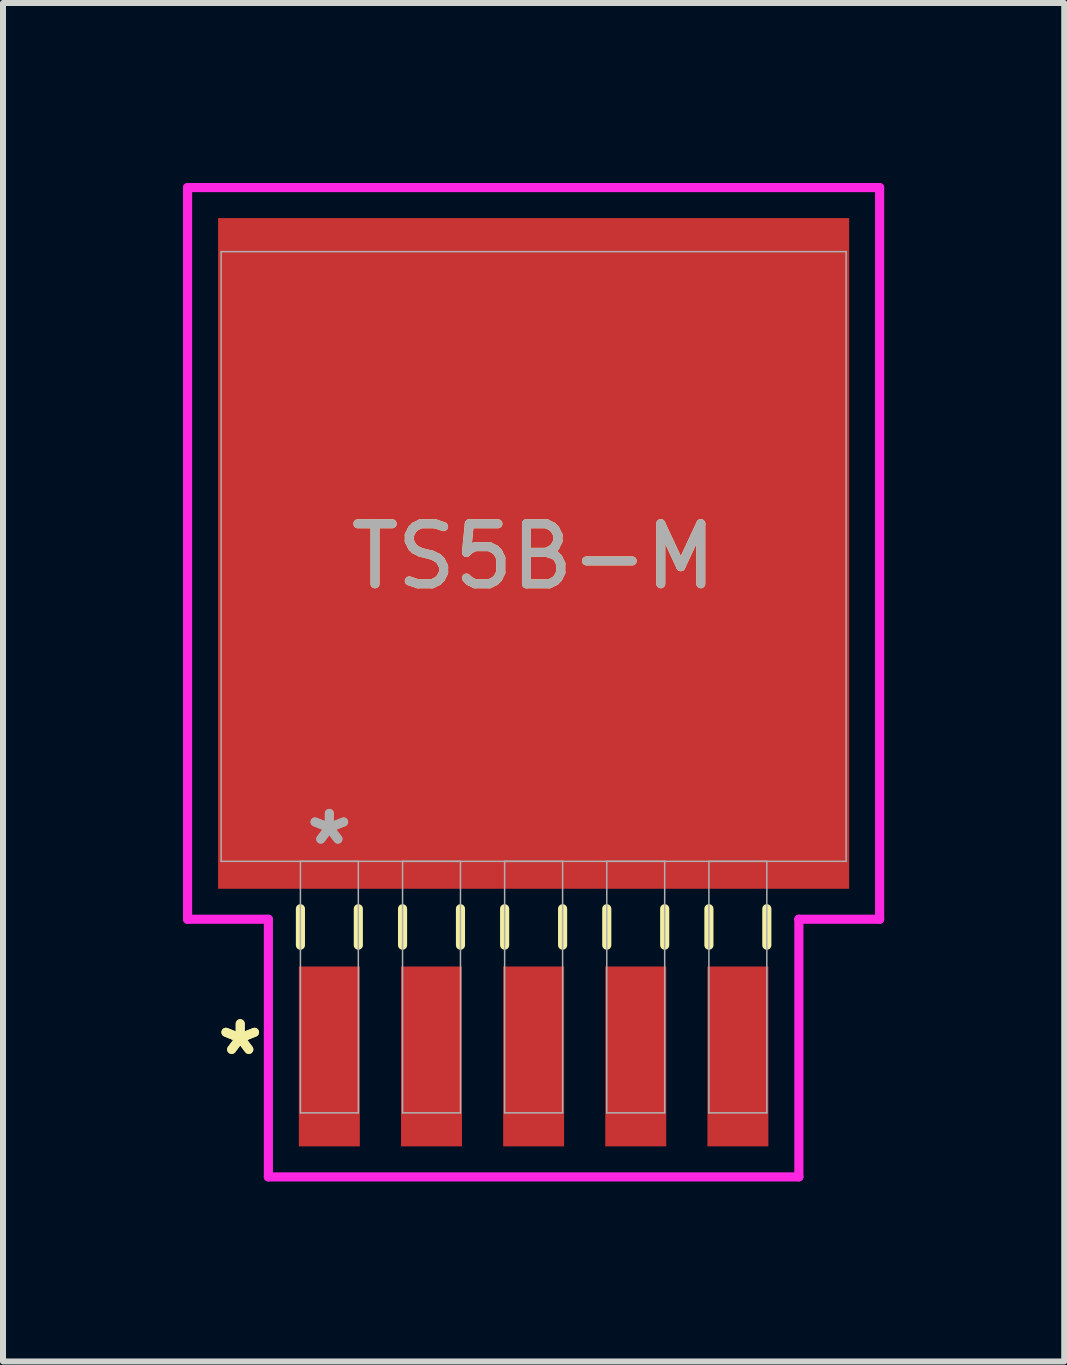
<source format=kicad_pcb>
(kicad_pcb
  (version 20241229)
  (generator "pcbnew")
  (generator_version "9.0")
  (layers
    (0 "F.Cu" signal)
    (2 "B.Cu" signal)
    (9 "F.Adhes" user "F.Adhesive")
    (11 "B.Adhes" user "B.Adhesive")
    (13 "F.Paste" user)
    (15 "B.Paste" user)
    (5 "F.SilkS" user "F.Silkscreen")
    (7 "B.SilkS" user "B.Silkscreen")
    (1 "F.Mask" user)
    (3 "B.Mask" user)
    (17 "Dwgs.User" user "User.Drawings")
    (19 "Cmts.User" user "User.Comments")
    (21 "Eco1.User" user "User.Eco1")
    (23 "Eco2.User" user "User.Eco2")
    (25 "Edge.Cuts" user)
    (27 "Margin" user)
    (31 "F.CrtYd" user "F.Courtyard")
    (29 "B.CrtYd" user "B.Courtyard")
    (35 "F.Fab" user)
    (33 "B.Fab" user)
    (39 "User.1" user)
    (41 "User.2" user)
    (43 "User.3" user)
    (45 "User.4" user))
  (footprint "TS5B-M"
    (layer "F.Cu")
    (at 5.842 6.223)
    (property "Reference" "TS5B-M" (at 0 0 0) (unlocked yes) (layer "F.SilkS") (effects (font (size 1 1) (thickness 0.15))))
    (attr smd)
    (fp_line (start -3.886 5.87) (end -3.886 6.477) (stroke (width 0.152) (type solid)) (layer "F.SilkS"))
    (fp_line (start -2.921 5.87) (end -2.921 6.477) (stroke (width 0.152) (type solid)) (layer "F.SilkS"))
    (fp_line (start -2.184 5.87) (end -2.184 6.477) (stroke (width 0.152) (type solid)) (layer "F.SilkS"))
    (fp_line (start -1.219 5.87) (end -1.219 6.477) (stroke (width 0.152) (type solid)) (layer "F.SilkS"))
    (fp_line (start -0.483 5.87) (end -0.483 6.477) (stroke (width 0.152) (type solid)) (layer "F.SilkS"))
    (fp_line (start 0.483 5.87) (end 0.483 6.477) (stroke (width 0.152) (type solid)) (layer "F.SilkS"))
    (fp_line (start 1.219 5.87) (end 1.219 6.477) (stroke (width 0.152) (type solid)) (layer "F.SilkS"))
    (fp_line (start 2.184 5.87) (end 2.184 6.477) (stroke (width 0.152) (type solid)) (layer "F.SilkS"))
    (fp_line (start 2.921 5.87) (end 2.921 6.477) (stroke (width 0.152) (type solid)) (layer "F.SilkS"))
    (fp_line (start 3.886 5.87) (end 3.886 6.477) (stroke (width 0.152) (type solid)) (layer "F.SilkS"))
    (fp_line (start -5.766 -6.147) (end 5.766 -6.147) (stroke (width 0.152) (type solid)) (layer "F.CrtYd"))
    (fp_line (start -5.766 6.045) (end -5.766 -6.147) (stroke (width 0.152) (type solid)) (layer "F.CrtYd"))
    (fp_line (start -4.42 6.045) (end -5.766 6.045) (stroke (width 0.152) (type solid)) (layer "F.CrtYd"))
    (fp_line (start -4.42 10.338) (end -4.42 6.045) (stroke (width 0.152) (type solid)) (layer "F.CrtYd"))
    (fp_line (start 4.42 6.045) (end 4.42 10.338) (stroke (width 0.152) (type solid)) (layer "F.CrtYd"))
    (fp_line (start 4.42 10.338) (end -4.42 10.338) (stroke (width 0.152) (type solid)) (layer "F.CrtYd"))
    (fp_line (start 5.766 -6.147) (end 5.766 6.045) (stroke (width 0.152) (type solid)) (layer "F.CrtYd"))
    (fp_line (start 5.766 6.045) (end 4.42 6.045) (stroke (width 0.152) (type solid)) (layer "F.CrtYd"))
    (fp_line (start -5.207 -5.08) (end -5.207 5.08) (stroke (width 0.025) (type solid)) (layer "F.Fab"))
    (fp_line (start -5.207 5.08) (end 5.207 5.08) (stroke (width 0.025) (type solid)) (layer "F.Fab"))
    (fp_line (start -3.886 5.08) (end -3.886 9.271) (stroke (width 0.025) (type solid)) (layer "F.Fab"))
    (fp_line (start -3.886 9.271) (end -2.921 9.271) (stroke (width 0.025) (type solid)) (layer "F.Fab"))
    (fp_line (start -2.921 5.08) (end -3.886 5.08) (stroke (width 0.025) (type solid)) (layer "F.Fab"))
    (fp_line (start -2.921 9.271) (end -2.921 5.08) (stroke (width 0.025) (type solid)) (layer "F.Fab"))
    (fp_line (start -2.184 5.08) (end -2.184 9.271) (stroke (width 0.025) (type solid)) (layer "F.Fab"))
    (fp_line (start -2.184 9.271) (end -1.219 9.271) (stroke (width 0.025) (type solid)) (layer "F.Fab"))
    (fp_line (start -1.219 5.08) (end -2.184 5.08) (stroke (width 0.025) (type solid)) (layer "F.Fab"))
    (fp_line (start -1.219 9.271) (end -1.219 5.08) (stroke (width 0.025) (type solid)) (layer "F.Fab"))
    (fp_line (start -0.483 5.08) (end -0.483 9.271) (stroke (width 0.025) (type solid)) (layer "F.Fab"))
    (fp_line (start -0.483 9.271) (end 0.483 9.271) (stroke (width 0.025) (type solid)) (layer "F.Fab"))
    (fp_line (start 0.483 5.08) (end -0.483 5.08) (stroke (width 0.025) (type solid)) (layer "F.Fab"))
    (fp_line (start 0.483 9.271) (end 0.483 5.08) (stroke (width 0.025) (type solid)) (layer "F.Fab"))
    (fp_line (start 1.219 5.08) (end 1.219 9.271) (stroke (width 0.025) (type solid)) (layer "F.Fab"))
    (fp_line (start 1.219 9.271) (end 2.184 9.271) (stroke (width 0.025) (type solid)) (layer "F.Fab"))
    (fp_line (start 2.184 5.08) (end 1.219 5.08) (stroke (width 0.025) (type solid)) (layer "F.Fab"))
    (fp_line (start 2.184 9.271) (end 2.184 5.08) (stroke (width 0.025) (type solid)) (layer "F.Fab"))
    (fp_line (start 2.921 5.08) (end 2.921 9.271) (stroke (width 0.025) (type solid)) (layer "F.Fab"))
    (fp_line (start 2.921 9.271) (end 3.886 9.271) (stroke (width 0.025) (type solid)) (layer "F.Fab"))
    (fp_line (start 3.886 5.08) (end 2.921 5.08) (stroke (width 0.025) (type solid)) (layer "F.Fab"))
    (fp_line (start 3.886 9.271) (end 3.886 5.08) (stroke (width 0.025) (type solid)) (layer "F.Fab"))
    (fp_line (start 5.207 -5.08) (end -5.207 -5.08) (stroke (width 0.025) (type solid)) (layer "F.Fab"))
    (fp_line (start 5.207 5.08) (end 5.207 -5.08) (stroke (width 0.025) (type solid)) (layer "F.Fab"))
    (fp_text user "*" (at -4.889 8.331 0) (layer "F.SilkS") (effects (font (size 1 1) (thickness 0.15))))
    (fp_text user "*" (at -4.889 8.331 0) (unlocked yes) (layer "F.SilkS") (effects (font (size 1 1) (thickness 0.15))))
    (fp_text user "*" (at -3.404 4.826 0) (layer "F.Fab") (effects (font (size 1 1) (thickness 0.15))))
    (fp_text user "*" (at -3.404 4.826 0) (unlocked yes) (layer "F.Fab") (effects (font (size 1 1) (thickness 0.15))))
    (fp_text user "${REFERENCE}" (at 0 0 0) (unlocked yes) (layer "F.Fab") (effects (font (size 1 1) (thickness 0.15))))
    (pad "1" smd rect (at -3.404 8.331) (size 1.016 2.997) (layers "F.Cu" "F.Mask" "F.Paste"))
    (pad "2" smd rect (at -1.702 8.331) (size 1.016 2.997) (layers "F.Cu" "F.Mask" "F.Paste"))
    (pad "3" smd rect (at 0 8.331) (size 1.016 2.997) (layers "F.Cu" "F.Mask" "F.Paste"))
    (pad "4" smd rect (at 1.702 8.331) (size 1.016 2.997) (layers "F.Cu" "F.Mask" "F.Paste"))
    (pad "5" smd rect (at 3.404 8.331) (size 1.016 2.997) (layers "F.Cu" "F.Mask" "F.Paste"))
    (pad "6" smd rect (at 0 -0.051) (size 10.516 11.176) (layers "F.Cu" "F.Mask" "F.Paste")))
  (gr_rect
    (start -3 -3)
    (end 14.684 19.637)
    (stroke (width 0.1) (type default))
    (fill no)
    (layer "Edge.Cuts")))
</source>
